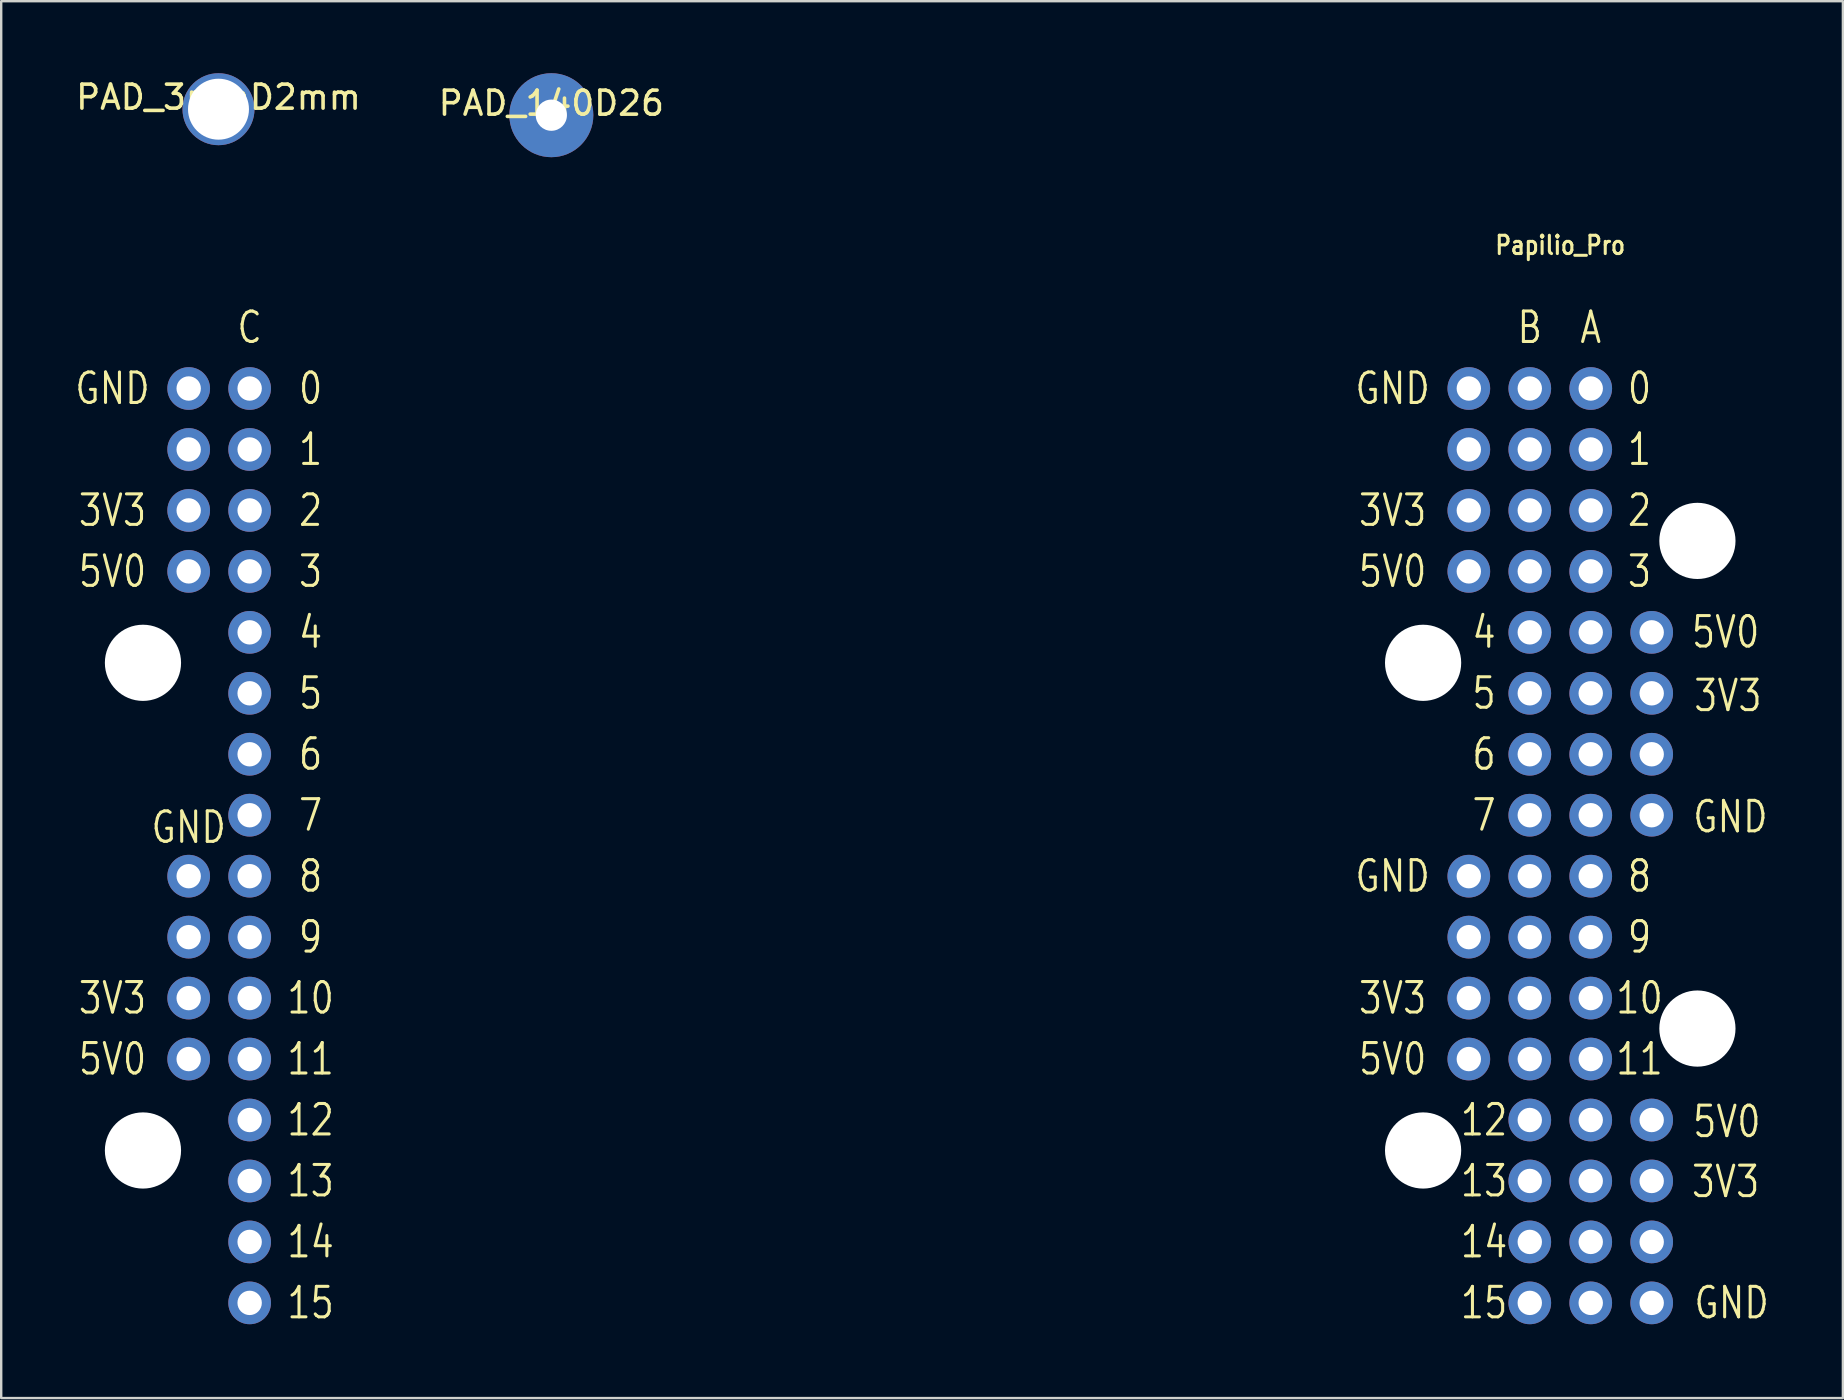
<source format=kicad_pcb>
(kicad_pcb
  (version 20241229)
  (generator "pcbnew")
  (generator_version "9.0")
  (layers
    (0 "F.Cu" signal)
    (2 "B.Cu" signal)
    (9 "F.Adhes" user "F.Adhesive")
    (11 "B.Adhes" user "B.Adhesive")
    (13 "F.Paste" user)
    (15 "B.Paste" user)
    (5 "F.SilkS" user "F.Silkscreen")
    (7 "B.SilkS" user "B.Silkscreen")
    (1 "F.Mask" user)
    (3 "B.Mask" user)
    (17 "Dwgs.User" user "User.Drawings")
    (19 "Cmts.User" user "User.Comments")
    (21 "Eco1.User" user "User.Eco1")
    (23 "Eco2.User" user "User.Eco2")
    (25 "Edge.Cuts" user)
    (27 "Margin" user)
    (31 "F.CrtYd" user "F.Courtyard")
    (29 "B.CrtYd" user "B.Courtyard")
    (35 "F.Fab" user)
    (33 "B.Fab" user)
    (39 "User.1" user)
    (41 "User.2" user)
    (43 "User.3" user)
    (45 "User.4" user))
  (footprint "Papilio_Pro"
    (layer "F.Cu")
    (at 32.752 32.188)
    (property "Reference" "Papilio_Pro" (at 29.21 -25.019 0) (layer "F.SilkS") (effects (font (size 0.762 0.635) (thickness 0.127))))
    (attr through_hole)
    (fp_text user "9" (at 32.512 3.81 0) (layer "F.SilkS") (effects (font (size 1.27 1.016) (thickness 0.127))))
    (fp_text user "15" (at 26.035 19.05 0) (layer "F.SilkS") (effects (font (size 1.27 1.016) (thickness 0.127))))
    (fp_text user "11" (at -22.86 8.89 0) (layer "F.SilkS") (effects (font (size 1.27 1.016) (thickness 0.127))))
    (fp_text user "3V3" (at 22.225 6.35 0) (layer "F.SilkS") (effects (font (size 1.27 1.016) (thickness 0.127))))
    (fp_text user "8" (at 32.512 1.27 0) (layer "F.SilkS") (effects (font (size 1.27 1.016) (thickness 0.127))))
    (fp_text user "14" (at 26.035 16.51 0) (layer "F.SilkS") (effects (font (size 1.27 1.016) (thickness 0.127))))
    (fp_text user "5V0" (at -31.115 8.89 0) (layer "F.SilkS") (effects (font (size 1.27 1.016) (thickness 0.127))))
    (fp_text user "5V0" (at 22.225 8.89 0) (layer "F.SilkS") (effects (font (size 1.27 1.016) (thickness 0.127))))
    (fp_text user "5" (at 26.035 -6.35 0) (layer "F.SilkS") (effects (font (size 1.27 1.016) (thickness 0.127))))
    (fp_text user "GND" (at 36.3 -1.2 0) (layer "F.SilkS") (effects (font (size 1.27 1.016) (thickness 0.127))))
    (fp_text user "7" (at 26.035 -1.27 0) (layer "F.SilkS") (effects (font (size 1.27 1.016) (thickness 0.127))))
    (fp_text user "1" (at -22.86 -16.51 0) (layer "F.SilkS") (effects (font (size 1.27 1.016) (thickness 0.127))))
    (fp_text user "GND" (at -31.115 -19.05 0) (layer "F.SilkS") (effects (font (size 1.27 1.016) (thickness 0.127))))
    (fp_text user "4" (at 26.035 -8.89 0) (layer "F.SilkS") (effects (font (size 1.27 1.016) (thickness 0.127))))
    (fp_text user "GND" (at 22.225 -19.05 0) (layer "F.SilkS") (effects (font (size 1.27 1.016) (thickness 0.127))))
    (fp_text user "5V0" (at 36.1 -8.9 0) (layer "F.SilkS") (effects (font (size 1.27 1.016) (thickness 0.127))))
    (fp_text user "GND" (at 22.225 1.27 0) (layer "F.SilkS") (effects (font (size 1.27 1.016) (thickness 0.127))))
    (fp_text user "9" (at -22.86 3.81 0) (layer "F.SilkS") (effects (font (size 1.27 1.016) (thickness 0.127))))
    (fp_text user "1" (at 32.512 -16.51 0) (layer "F.SilkS") (effects (font (size 1.27 1.016) (thickness 0.127))))
    (fp_text user "3" (at 32.512 -11.43 0) (layer "F.SilkS") (effects (font (size 1.27 1.016) (thickness 0.127))))
    (fp_text user "GND" (at 36.35 19.05 0) (layer "F.SilkS") (effects (font (size 1.27 1.016) (thickness 0.127))))
    (fp_text user "13" (at -22.86 13.97 0) (layer "F.SilkS") (effects (font (size 1.27 1.016) (thickness 0.127))))
    (fp_text user "3V3" (at 36.1 14 0) (layer "F.SilkS") (effects (font (size 1.27 1.016) (thickness 0.127))))
    (fp_text user "10" (at -22.86 6.35 0) (layer "F.SilkS") (effects (font (size 1.27 1.016) (thickness 0.127))))
    (fp_text user "GND" (at -27.94 -0.762 0) (layer "F.SilkS") (effects (font (size 1.27 1.016) (thickness 0.127))))
    (fp_text user "3" (at -22.86 -11.43 0) (layer "F.SilkS") (effects (font (size 1.27 1.016) (thickness 0.127))))
    (fp_text user "6" (at 26.035 -3.81 0) (layer "F.SilkS") (effects (font (size 1.27 1.016) (thickness 0.127))))
    (fp_text user "7" (at -22.86 -1.27 0) (layer "F.SilkS") (effects (font (size 1.27 1.016) (thickness 0.127))))
    (fp_text user "5V0" (at 36.15 11.5 0) (layer "F.SilkS") (effects (font (size 1.27 1.016) (thickness 0.127))))
    (fp_text user "4" (at -22.86 -8.89 0) (layer "F.SilkS") (effects (font (size 1.27 1.016) (thickness 0.127))))
    (fp_text user "B" (at 27.94 -21.59 0) (layer "F.SilkS") (effects (font (size 1.27 1.016) (thickness 0.127))))
    (fp_text user "12" (at -22.86 11.43 0) (layer "F.SilkS") (effects (font (size 1.27 1.016) (thickness 0.127))))
    (fp_text user "A" (at 30.48 -21.59 0) (layer "F.SilkS") (effects (font (size 1.27 1.016) (thickness 0.127))))
    (fp_text user "15" (at -22.86 19.05 0) (layer "F.SilkS") (effects (font (size 1.27 1.016) (thickness 0.127))))
    (fp_text user "3V3" (at -31.115 6.35 0) (layer "F.SilkS") (effects (font (size 1.27 1.016) (thickness 0.127))))
    (fp_text user "14" (at -22.86 16.51 0) (layer "F.SilkS") (effects (font (size 1.27 1.016) (thickness 0.127))))
    (fp_text user "0" (at -22.86 -19.05 0) (layer "F.SilkS") (effects (font (size 1.27 1.016) (thickness 0.127))))
    (fp_text user "12" (at 26.035 11.43 0) (layer "F.SilkS") (effects (font (size 1.27 1.016) (thickness 0.127))))
    (fp_text user "0" (at 32.512 -19.05 0) (layer "F.SilkS") (effects (font (size 1.27 1.016) (thickness 0.127))))
    (fp_text user "5" (at -22.86 -6.35 0) (layer "F.SilkS") (effects (font (size 1.27 1.016) (thickness 0.127))))
    (fp_text user "2" (at 32.512 -13.97 0) (layer "F.SilkS") (effects (font (size 1.27 1.016) (thickness 0.127))))
    (fp_text user "3V3" (at 22.225 -13.97 0) (layer "F.SilkS") (effects (font (size 1.27 1.016) (thickness 0.127))))
    (fp_text user "11" (at 32.512 8.89 0) (layer "F.SilkS") (effects (font (size 1.27 1.016) (thickness 0.127))))
    (fp_text user "C" (at -25.4 -21.59 0) (layer "F.SilkS") (effects (font (size 1.27 1.016) (thickness 0.127))))
    (fp_text user "13" (at 26.035 13.97 0) (layer "F.SilkS") (effects (font (size 1.27 1.016) (thickness 0.127))))
    (fp_text user "10" (at 32.512 6.35 0) (layer "F.SilkS") (effects (font (size 1.27 1.016) (thickness 0.127))))
    (fp_text user "6" (at -22.86 -3.81 0) (layer "F.SilkS") (effects (font (size 1.27 1.016) (thickness 0.127))))
    (fp_text user "3V3" (at -31.115 -13.97 0) (layer "F.SilkS") (effects (font (size 1.27 1.016) (thickness 0.127))))
    (fp_text user "8" (at -22.86 1.27 0) (layer "F.SilkS") (effects (font (size 1.27 1.016) (thickness 0.127))))
    (fp_text user "3V3" (at 36.195 -6.25 0) (layer "F.SilkS") (effects (font (size 1.27 1.016) (thickness 0.127))))
    (fp_text user "5V0" (at 22.225 -11.43 0) (layer "F.SilkS") (effects (font (size 1.27 1.016) (thickness 0.127))))
    (fp_text user "5V0" (at -31.115 -11.43 0) (layer "F.SilkS") (effects (font (size 1.27 1.016) (thickness 0.127))))
    (fp_text user "2" (at -22.86 -13.97 0) (layer "F.SilkS") (effects (font (size 1.27 1.016) (thickness 0.127))))
    (pad "" np_thru_hole circle (at -29.845 -7.62) (size 3.175 3.175) (drill 3.175) (layers "*.Cu" "*.Mask"))
    (pad "" np_thru_hole circle (at -29.845 12.7) (size 3.175 3.175) (drill 3.175) (layers "*.Cu" "*.Mask"))
    (pad "" np_thru_hole circle (at 23.495 -7.62) (size 3.175 3.175) (drill 3.175) (layers "*.Cu" "*.Mask"))
    (pad "" np_thru_hole circle (at 23.495 12.7) (size 3.175 3.175) (drill 3.175) (layers "*.Cu" "*.Mask"))
    (pad "" np_thru_hole circle (at 34.925 -12.7) (size 3.175 3.175) (drill 3.175) (layers "*.Cu" "*.Mask"))
    (pad "" np_thru_hole circle (at 34.925 7.62) (size 3.175 3.175) (drill 3.175) (layers "*.Cu" "*.Mask"))
    (pad "A0" thru_hole circle (at 30.48 -19.05) (size 1.778 1.778) (drill 1.016) (layers "*.Cu" "*.Mask"))
    (pad "A1" thru_hole circle (at 30.48 -16.51) (size 1.778 1.778) (drill 1.016) (layers "*.Cu" "*.Mask"))
    (pad "A2" thru_hole circle (at 30.48 -13.97) (size 1.778 1.778) (drill 1.016) (layers "*.Cu" "*.Mask"))
    (pad "A3" thru_hole circle (at 30.48 -11.43) (size 1.778 1.778) (drill 1.016) (layers "*.Cu" "*.Mask"))
    (pad "A4" thru_hole circle (at 30.48 -8.89) (size 1.778 1.778) (drill 1.016) (layers "*.Cu" "*.Mask"))
    (pad "A5" thru_hole circle (at 30.48 -6.35) (size 1.778 1.778) (drill 1.016) (layers "*.Cu" "*.Mask"))
    (pad "A6" thru_hole circle (at 30.48 -3.81) (size 1.778 1.778) (drill 1.016) (layers "*.Cu" "*.Mask"))
    (pad "A7" thru_hole circle (at 30.48 -1.27) (size 1.778 1.778) (drill 1.016) (layers "*.Cu" "*.Mask"))
    (pad "A8" thru_hole circle (at 30.48 1.27) (size 1.778 1.778) (drill 1.016) (layers "*.Cu" "*.Mask"))
    (pad "A9" thru_hole circle (at 30.48 3.81) (size 1.778 1.778) (drill 1.016) (layers "*.Cu" "*.Mask"))
    (pad "A10" thru_hole circle (at 30.48 6.35) (size 1.778 1.778) (drill 1.016) (layers "*.Cu" "*.Mask"))
    (pad "A11" thru_hole circle (at 30.48 8.89) (size 1.778 1.778) (drill 1.016) (layers "*.Cu" "*.Mask"))
    (pad "A12" thru_hole circle (at 30.48 11.43) (size 1.778 1.778) (drill 1.016) (layers "*.Cu" "*.Mask"))
    (pad "A13" thru_hole circle (at 30.48 13.97) (size 1.778 1.778) (drill 1.016) (layers "*.Cu" "*.Mask"))
    (pad "A14" thru_hole circle (at 30.48 16.51) (size 1.778 1.778) (drill 1.016) (layers "*.Cu" "*.Mask"))
    (pad "A15" thru_hole circle (at 30.48 19.05) (size 1.778 1.778) (drill 1.016) (layers "*.Cu" "*.Mask"))
    (pad "B0" thru_hole circle (at 27.94 -19.05) (size 1.778 1.778) (drill 1.016) (layers "*.Cu" "*.Mask"))
    (pad "B1" thru_hole circle (at 27.94 -16.51) (size 1.778 1.778) (drill 1.016) (layers "*.Cu" "*.Mask"))
    (pad "B2" thru_hole circle (at 27.94 -13.97) (size 1.778 1.778) (drill 1.016) (layers "*.Cu" "*.Mask"))
    (pad "B3" thru_hole circle (at 27.94 -11.43) (size 1.778 1.778) (drill 1.016) (layers "*.Cu" "*.Mask"))
    (pad "B4" thru_hole circle (at 27.94 -8.89) (size 1.778 1.778) (drill 1.016) (layers "*.Cu" "*.Mask"))
    (pad "B5" thru_hole circle (at 27.94 -6.35) (size 1.778 1.778) (drill 1.016) (layers "*.Cu" "*.Mask"))
    (pad "B6" thru_hole circle (at 27.94 -3.81) (size 1.778 1.778) (drill 1.016) (layers "*.Cu" "*.Mask"))
    (pad "B7" thru_hole circle (at 27.94 -1.27) (size 1.778 1.778) (drill 1.016) (layers "*.Cu" "*.Mask"))
    (pad "B8" thru_hole circle (at 27.94 1.27) (size 1.778 1.778) (drill 1.016) (layers "*.Cu" "*.Mask"))
    (pad "B9" thru_hole circle (at 27.94 3.81) (size 1.778 1.778) (drill 1.016) (layers "*.Cu" "*.Mask"))
    (pad "B10" thru_hole circle (at 27.94 6.35) (size 1.778 1.778) (drill 1.016) (layers "*.Cu" "*.Mask"))
    (pad "B11" thru_hole circle (at 27.94 8.89) (size 1.778 1.778) (drill 1.016) (layers "*.Cu" "*.Mask"))
    (pad "B12" thru_hole circle (at 27.94 11.43) (size 1.778 1.778) (drill 1.016) (layers "*.Cu" "*.Mask"))
    (pad "B13" thru_hole circle (at 27.94 13.97) (size 1.778 1.778) (drill 1.016) (layers "*.Cu" "*.Mask"))
    (pad "B14" thru_hole circle (at 27.94 16.51) (size 1.778 1.778) (drill 1.016) (layers "*.Cu" "*.Mask"))
    (pad "B15" thru_hole circle (at 27.94 19.05) (size 1.778 1.778) (drill 1.016) (layers "*.Cu" "*.Mask"))
    (pad "C0" thru_hole circle (at -25.4 -19.05) (size 1.778 1.778) (drill 1.016) (layers "*.Cu" "*.Mask"))
    (pad "C1" thru_hole circle (at -25.4 -16.51) (size 1.778 1.778) (drill 1.016) (layers "*.Cu" "*.Mask"))
    (pad "C2" thru_hole circle (at -25.4 -13.97) (size 1.778 1.778) (drill 1.016) (layers "*.Cu" "*.Mask"))
    (pad "C3" thru_hole circle (at -25.4 -11.43) (size 1.778 1.778) (drill 1.016) (layers "*.Cu" "*.Mask"))
    (pad "C4" thru_hole circle (at -25.4 -8.89) (size 1.778 1.778) (drill 1.016) (layers "*.Cu" "*.Mask"))
    (pad "C5" thru_hole circle (at -25.4 -6.35) (size 1.778 1.778) (drill 1.016) (layers "*.Cu" "*.Mask"))
    (pad "C6" thru_hole circle (at -25.4 -3.81) (size 1.778 1.778) (drill 1.016) (layers "*.Cu" "*.Mask"))
    (pad "C7" thru_hole circle (at -25.4 -1.27) (size 1.778 1.778) (drill 1.016) (layers "*.Cu" "*.Mask"))
    (pad "C8" thru_hole circle (at -25.4 1.27) (size 1.778 1.778) (drill 1.016) (layers "*.Cu" "*.Mask"))
    (pad "C9" thru_hole circle (at -25.4 3.81) (size 1.778 1.778) (drill 1.016) (layers "*.Cu" "*.Mask"))
    (pad "C10" thru_hole circle (at -25.4 6.35) (size 1.778 1.778) (drill 1.016) (layers "*.Cu" "*.Mask"))
    (pad "C11" thru_hole circle (at -25.4 8.89) (size 1.778 1.778) (drill 1.016) (layers "*.Cu" "*.Mask"))
    (pad "C12" thru_hole circle (at -25.4 11.43) (size 1.778 1.778) (drill 1.016) (layers "*.Cu" "*.Mask"))
    (pad "C13" thru_hole circle (at -25.4 13.97) (size 1.778 1.778) (drill 1.016) (layers "*.Cu" "*.Mask"))
    (pad "C14" thru_hole circle (at -25.4 16.51) (size 1.778 1.778) (drill 1.016) (layers "*.Cu" "*.Mask"))
    (pad "C15" thru_hole circle (at -25.4 19.05) (size 1.778 1.778) (drill 1.016) (layers "*.Cu" "*.Mask"))
    (pad "D0" thru_hole circle (at 33.02 -8.89) (size 1.778 1.778) (drill 1.016) (layers "*.Cu" "*.Mask"))
    (pad "D1" thru_hole circle (at 33.02 -6.35) (size 1.778 1.778) (drill 1.016) (layers "*.Cu" "*.Mask"))
    (pad "D2" thru_hole circle (at 33.02 -3.81) (size 1.778 1.778) (drill 1.016) (layers "*.Cu" "*.Mask"))
    (pad "D3" thru_hole circle (at 33.02 -1.27) (size 1.778 1.778) (drill 1.016) (layers "*.Cu" "*.Mask"))
    (pad "E0" thru_hole circle (at 33.02 11.43) (size 1.778 1.778) (drill 1.016) (layers "*.Cu" "*.Mask"))
    (pad "E1" thru_hole circle (at 33.02 13.97) (size 1.778 1.778) (drill 1.016) (layers "*.Cu" "*.Mask"))
    (pad "E2" thru_hole circle (at 33.02 16.51) (size 1.778 1.778) (drill 1.016) (layers "*.Cu" "*.Mask"))
    (pad "E3" thru_hole circle (at 33.02 19.05) (size 1.778 1.778) (drill 1.016) (layers "*.Cu" "*.Mask"))
    (pad "F0" thru_hole circle (at 25.4 -19.05) (size 1.778 1.778) (drill 1.016) (layers "*.Cu" "*.Mask"))
    (pad "F1" thru_hole circle (at 25.4 -16.51) (size 1.778 1.778) (drill 1.016) (layers "*.Cu" "*.Mask"))
    (pad "F2" thru_hole circle (at 25.4 -13.97) (size 1.778 1.778) (drill 1.016) (layers "*.Cu" "*.Mask"))
    (pad "F3" thru_hole circle (at 25.4 -11.43) (size 1.778 1.778) (drill 1.016) (layers "*.Cu" "*.Mask"))
    (pad "G0" thru_hole circle (at 25.4 1.27) (size 1.778 1.778) (drill 1.016) (layers "*.Cu" "*.Mask"))
    (pad "G1" thru_hole circle (at 25.4 3.81) (size 1.778 1.778) (drill 1.016) (layers "*.Cu" "*.Mask"))
    (pad "G2" thru_hole circle (at 25.4 6.35) (size 1.778 1.778) (drill 1.016) (layers "*.Cu" "*.Mask"))
    (pad "G3" thru_hole circle (at 25.4 8.89) (size 1.778 1.778) (drill 1.016) (layers "*.Cu" "*.Mask"))
    (pad "H0" thru_hole circle (at -27.94 -19.05) (size 1.778 1.778) (drill 1.016) (layers "*.Cu" "*.Mask"))
    (pad "H1" thru_hole circle (at -27.94 -16.51) (size 1.778 1.778) (drill 1.016) (layers "*.Cu" "*.Mask"))
    (pad "H2" thru_hole circle (at -27.94 -13.97) (size 1.778 1.778) (drill 1.016) (layers "*.Cu" "*.Mask"))
    (pad "H3" thru_hole circle (at -27.94 -11.43) (size 1.778 1.778) (drill 1.016) (layers "*.Cu" "*.Mask"))
    (pad "I0" thru_hole circle (at -27.94 1.27) (size 1.778 1.778) (drill 1.016) (layers "*.Cu" "*.Mask"))
    (pad "I1" thru_hole circle (at -27.94 3.81) (size 1.778 1.778) (drill 1.016) (layers "*.Cu" "*.Mask"))
    (pad "I2" thru_hole circle (at -27.94 6.35) (size 1.778 1.778) (drill 1.016) (layers "*.Cu" "*.Mask"))
    (pad "I3" thru_hole circle (at -27.94 8.89) (size 1.778 1.778) (drill 1.016) (layers "*.Cu" "*.Mask")))
  (footprint "PAD_3mmD2mm"
    (layer "F.Cu")
    (at 6.054 1.5)
    (property "Reference" "PAD_3mmD2mm" (at 0 -0.5 0) (unlocked yes) (layer "F.SilkS") (effects (font (size 1 1) (thickness 0.15))))
    (attr through_hole)
    (pad "1" thru_hole circle (at 0 0) (size 3 3) (drill 2.54) (layers "*.Cu" "*.Mask")))
  (footprint "PAD_140D26"
    (layer "F.Cu")
    (at 19.923 1.75)
    (property "Reference" "PAD_140D26" (at 0 -0.5 0) (unlocked yes) (layer "F.SilkS") (effects (font (size 1 1) (thickness 0.15))))
    (attr smd)
    (pad "1" thru_hole circle (at 0 0) (size 3.5 3.5) (drill 1.3) (layers "*.Cu" "*.Mask")))
  (gr_rect
    (start -3 -3)
    (end 73.739 55.203)
    (stroke (width 0.1) (type default))
    (fill no)
    (layer "Edge.Cuts")))
</source>
